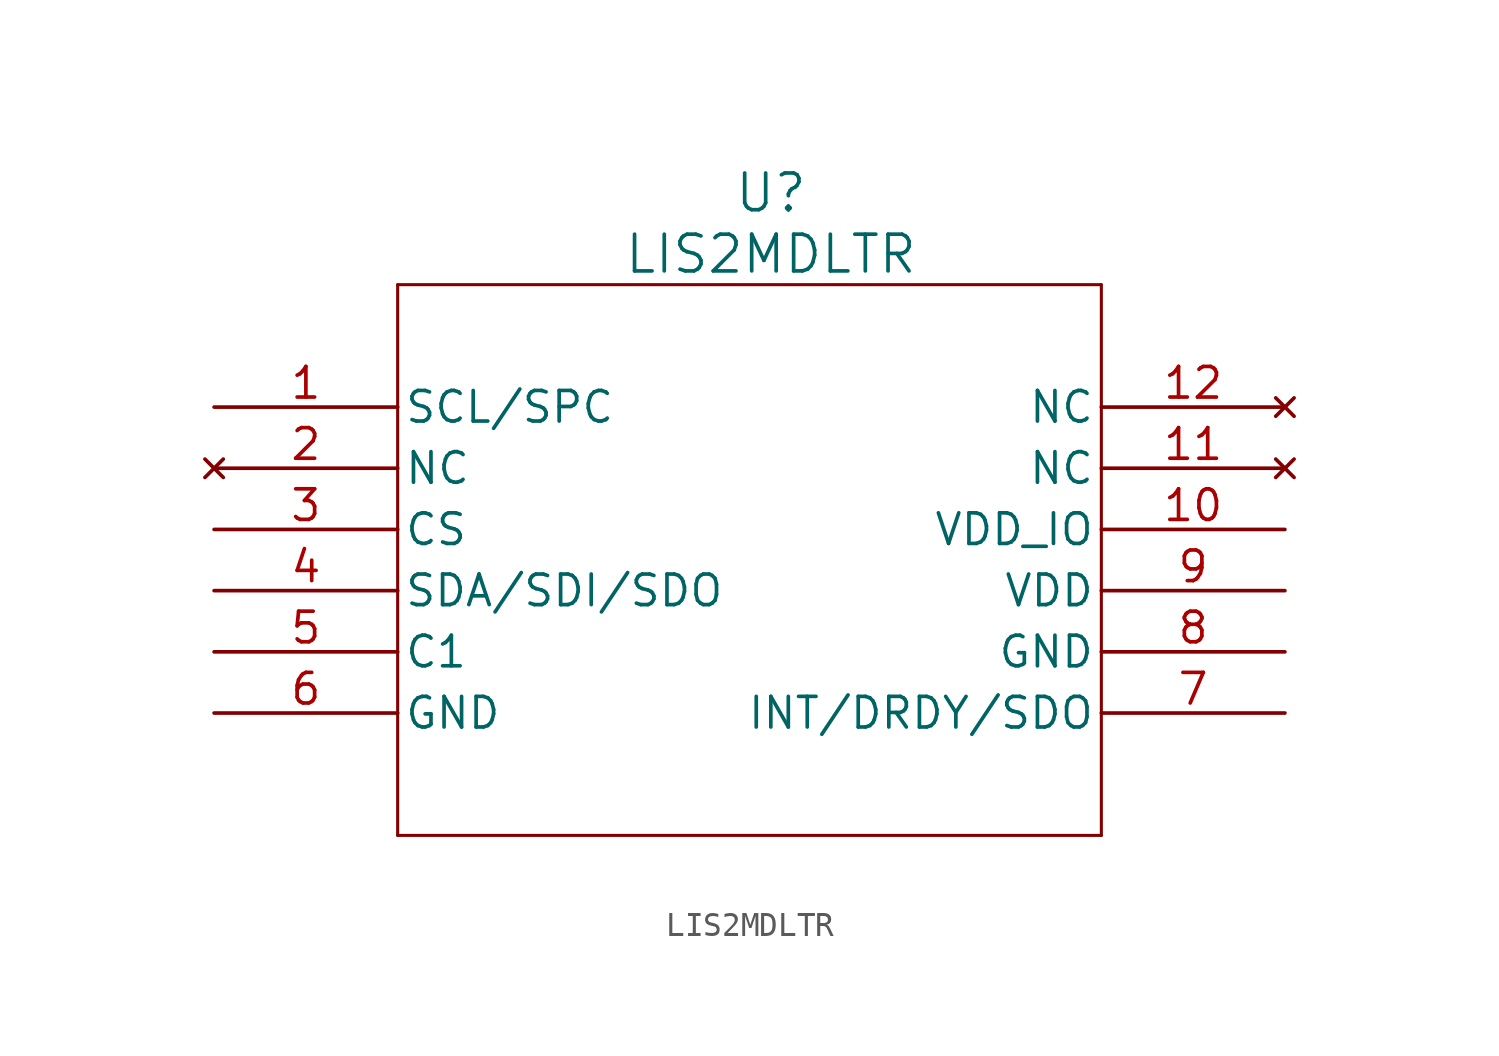
<source format=kicad_sym>
(kicad_symbol_lib
  (version 20241209)
  (generator "kicad_symbol_editor")
  (generator_version "9.0")
  (symbol "LIS2MDLTR"
    (pin_names
      (offset 0.254))
    (property "Reference" "U"
      (at 23.114 8.89 0)
      (effects (font (size 1.524 1.524))))
    (property "Value" "LIS2MDLTR"
      (at 23.114 6.35 0)
      (effects (font (size 1.524 1.524))))
    (property "ki_locked" ""
      (at 0 0 0)
      (effects (font (size 1.27 1.27))))
    (symbol "LIS2MDLTR_0_1"
      (polyline (pts (xy 7.62 5.08) (xy 7.62 -17.78)) (stroke (width 0.127) (type default)) (fill (type none)))
      (polyline (pts (xy 7.62 -17.78) (xy 36.83 -17.78)) (stroke (width 0.127) (type default)) (fill (type none)))
      (polyline (pts (xy 36.83 5.08) (xy 7.62 5.08)) (stroke (width 0.127) (type default)) (fill (type none)))
      (polyline (pts (xy 36.83 -17.78) (xy 36.83 5.08)) (stroke (width 0.127) (type default)) (fill (type none)))
      (pin bidirectional line (at 0 0 0) (length 7.62) (name "SCL/SPC" (effects (font (size 1.27 1.27)))) (number "1" (effects (font (size 1.27 1.27)))))
      (pin no_connect line (at 0 -2.54 0) (length 7.62) (name "NC" (effects (font (size 1.27 1.27)))) (number "2" (effects (font (size 1.27 1.27)))))
      (pin bidirectional line (at 0 -5.08 0) (length 7.62) (name "CS" (effects (font (size 1.27 1.27)))) (number "3" (effects (font (size 1.27 1.27)))))
      (pin bidirectional line (at 0 -7.62 0) (length 7.62) (name "SDA/SDI/SDO" (effects (font (size 1.27 1.27)))) (number "4" (effects (font (size 1.27 1.27)))))
      (pin passive line (at 0 -10.16 0) (length 7.62) (name "C1" (effects (font (size 1.27 1.27)))) (number "5" (effects (font (size 1.27 1.27)))))
      (pin passive line (at 0 -12.7 0) (length 7.62) (name "GND" (effects (font (size 1.27 1.27)))) (number "6" (effects (font (size 1.27 1.27)))))
      (pin no_connect line (at 44.45 0 180) (length 7.62) (name "NC" (effects (font (size 1.27 1.27)))) (number "12" (effects (font (size 1.27 1.27)))))
      (pin no_connect line (at 44.45 -2.54 180) (length 7.62) (name "NC" (effects (font (size 1.27 1.27)))) (number "11" (effects (font (size 1.27 1.27)))))
      (pin passive line (at 44.45 -5.08 180) (length 7.62) (name "VDD_IO" (effects (font (size 1.27 1.27)))) (number "10" (effects (font (size 1.27 1.27)))))
      (pin passive line (at 44.45 -7.62 180) (length 7.62) (name "VDD" (effects (font (size 1.27 1.27)))) (number "9" (effects (font (size 1.27 1.27)))))
      (pin passive line (at 44.45 -10.16 180) (length 7.62) (name "GND" (effects (font (size 1.27 1.27)))) (number "8" (effects (font (size 1.27 1.27)))))
      (pin bidirectional line (at 44.45 -12.7 180) (length 7.62) (name "INT/DRDY/SDO" (effects (font (size 1.27 1.27)))) (number "7" (effects (font (size 1.27 1.27))))))))
</source>
